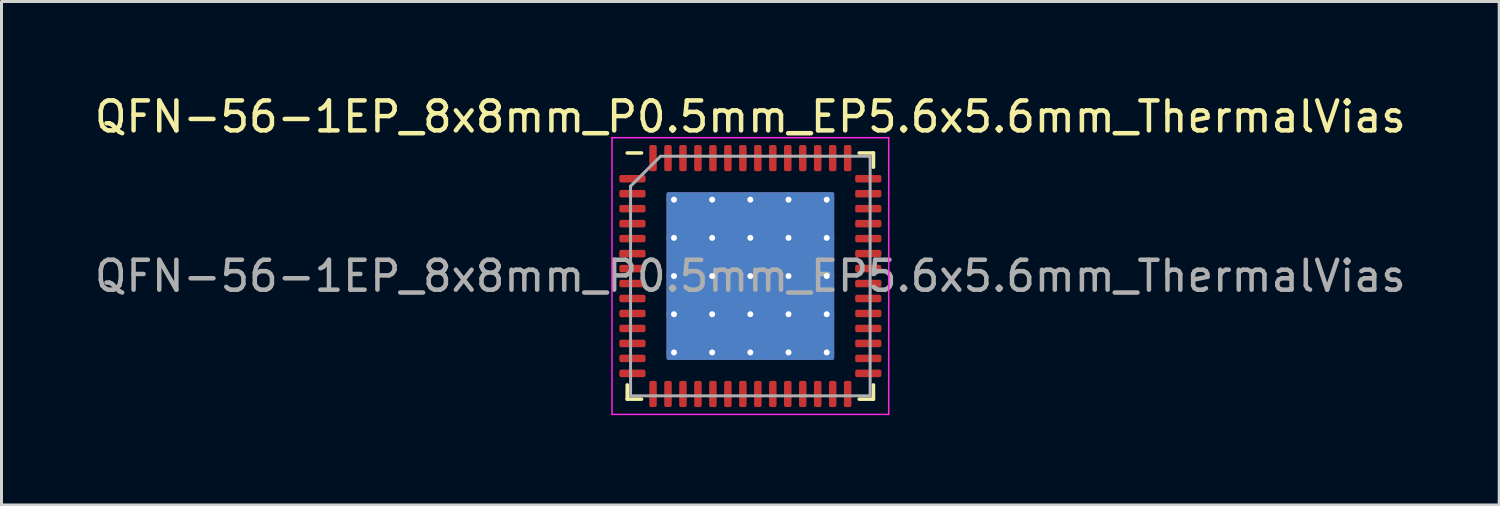
<source format=kicad_pcb>
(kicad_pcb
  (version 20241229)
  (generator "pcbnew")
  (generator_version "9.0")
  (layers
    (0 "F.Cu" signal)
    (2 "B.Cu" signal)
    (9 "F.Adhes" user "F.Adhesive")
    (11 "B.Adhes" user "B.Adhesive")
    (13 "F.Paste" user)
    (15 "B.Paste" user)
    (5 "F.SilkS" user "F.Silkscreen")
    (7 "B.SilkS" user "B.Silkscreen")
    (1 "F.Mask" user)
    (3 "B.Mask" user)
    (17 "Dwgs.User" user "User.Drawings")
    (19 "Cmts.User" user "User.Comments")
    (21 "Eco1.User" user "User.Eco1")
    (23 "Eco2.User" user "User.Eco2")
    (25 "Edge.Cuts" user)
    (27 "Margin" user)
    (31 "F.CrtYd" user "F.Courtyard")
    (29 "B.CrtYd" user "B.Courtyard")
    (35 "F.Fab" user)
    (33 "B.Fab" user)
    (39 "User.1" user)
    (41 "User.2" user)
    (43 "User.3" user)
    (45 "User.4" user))
  (footprint "QFN-56-1EP_8x8mm_P0.5mm_EP5.6x5.6mm_ThermalVias"
    (layer "F.Cu")
    (at 22.006 6.168)
    (property "Reference" "QFN-56-1EP_8x8mm_P0.5mm_EP5.6x5.6mm_ThermalVias" (at 0 -5.32 0) (layer "F.SilkS") (effects (font (size 1 1) (thickness 0.15))))
    (attr smd)
    (fp_line (start -4.11 4.11) (end -4.11 3.635) (stroke (width 0.12) (type solid)) (layer "F.SilkS"))
    (fp_line (start -3.635 -4.11) (end -4.11 -4.11) (stroke (width 0.12) (type solid)) (layer "F.SilkS"))
    (fp_line (start -3.635 4.11) (end -4.11 4.11) (stroke (width 0.12) (type solid)) (layer "F.SilkS"))
    (fp_line (start 3.635 -4.11) (end 4.11 -4.11) (stroke (width 0.12) (type solid)) (layer "F.SilkS"))
    (fp_line (start 3.635 4.11) (end 4.11 4.11) (stroke (width 0.12) (type solid)) (layer "F.SilkS"))
    (fp_line (start 4.11 -4.11) (end 4.11 -3.635) (stroke (width 0.12) (type solid)) (layer "F.SilkS"))
    (fp_line (start 4.11 4.11) (end 4.11 3.635) (stroke (width 0.12) (type solid)) (layer "F.SilkS"))
    (fp_line (start -4.62 -4.62) (end -4.62 4.62) (stroke (width 0.05) (type solid)) (layer "F.CrtYd"))
    (fp_line (start -4.62 4.62) (end 4.62 4.62) (stroke (width 0.05) (type solid)) (layer "F.CrtYd"))
    (fp_line (start 4.62 -4.62) (end -4.62 -4.62) (stroke (width 0.05) (type solid)) (layer "F.CrtYd"))
    (fp_line (start 4.62 4.62) (end 4.62 -4.62) (stroke (width 0.05) (type solid)) (layer "F.CrtYd"))
    (fp_line (start -4 -3) (end -3 -4) (stroke (width 0.1) (type solid)) (layer "F.Fab"))
    (fp_line (start -4 4) (end -4 -3) (stroke (width 0.1) (type solid)) (layer "F.Fab"))
    (fp_line (start -3 -4) (end 4 -4) (stroke (width 0.1) (type solid)) (layer "F.Fab"))
    (fp_line (start 4 -4) (end 4 4) (stroke (width 0.1) (type solid)) (layer "F.Fab"))
    (fp_line (start 4 4) (end -4 4) (stroke (width 0.1) (type solid)) (layer "F.Fab"))
    (fp_text user "${REFERENCE}" (at 0 0 0) (layer "F.Fab") (effects (font (size 1 1) (thickness 0.15))))
    (pad "" smd custom (at -1.913 -1.913) (size 1.019 1.019) (layers "F.Paste") (options (anchor circle)) (primitives (gr_poly (pts (xy -0.542 -0.45) (xy -0.45 -0.542) (xy 0.45 -0.542) (xy 0.542 -0.45) (xy 0.542 0.45) (xy 0.45 0.542) (xy -0.45 0.542) (xy -0.542 0.45)) (width 0) (fill yes))))
    (pad "" smd custom (at -1.913 -0.637) (size 1.019 1.019) (layers "F.Paste") (options (anchor circle)) (primitives (gr_poly (pts (xy -0.542 -0.45) (xy -0.45 -0.542) (xy 0.45 -0.542) (xy 0.542 -0.45) (xy 0.542 0.45) (xy 0.45 0.542) (xy -0.45 0.542) (xy -0.542 0.45)) (width 0) (fill yes))))
    (pad "" smd custom (at -1.913 0.637) (size 1.019 1.019) (layers "F.Paste") (options (anchor circle)) (primitives (gr_poly (pts (xy -0.542 -0.45) (xy -0.45 -0.542) (xy 0.45 -0.542) (xy 0.542 -0.45) (xy 0.542 0.45) (xy 0.45 0.542) (xy -0.45 0.542) (xy -0.542 0.45)) (width 0) (fill yes))))
    (pad "" smd custom (at -1.913 1.913) (size 1.019 1.019) (layers "F.Paste") (options (anchor circle)) (primitives (gr_poly (pts (xy -0.542 -0.45) (xy -0.45 -0.542) (xy 0.45 -0.542) (xy 0.542 -0.45) (xy 0.542 0.45) (xy 0.45 0.542) (xy -0.45 0.542) (xy -0.542 0.45)) (width 0) (fill yes))))
    (pad "" smd custom (at -0.637 -1.913) (size 1.019 1.019) (layers "F.Paste") (options (anchor circle)) (primitives (gr_poly (pts (xy -0.542 -0.45) (xy -0.45 -0.542) (xy 0.45 -0.542) (xy 0.542 -0.45) (xy 0.542 0.45) (xy 0.45 0.542) (xy -0.45 0.542) (xy -0.542 0.45)) (width 0) (fill yes))))
    (pad "" smd custom (at -0.637 -0.637) (size 1.019 1.019) (layers "F.Paste") (options (anchor circle)) (primitives (gr_poly (pts (xy -0.542 -0.45) (xy -0.45 -0.542) (xy 0.45 -0.542) (xy 0.542 -0.45) (xy 0.542 0.45) (xy 0.45 0.542) (xy -0.45 0.542) (xy -0.542 0.45)) (width 0) (fill yes))))
    (pad "" smd custom (at -0.637 0.637) (size 1.019 1.019) (layers "F.Paste") (options (anchor circle)) (primitives (gr_poly (pts (xy -0.542 -0.45) (xy -0.45 -0.542) (xy 0.45 -0.542) (xy 0.542 -0.45) (xy 0.542 0.45) (xy 0.45 0.542) (xy -0.45 0.542) (xy -0.542 0.45)) (width 0) (fill yes))))
    (pad "" smd custom (at -0.637 1.913) (size 1.019 1.019) (layers "F.Paste") (options (anchor circle)) (primitives (gr_poly (pts (xy -0.542 -0.45) (xy -0.45 -0.542) (xy 0.45 -0.542) (xy 0.542 -0.45) (xy 0.542 0.45) (xy 0.45 0.542) (xy -0.45 0.542) (xy -0.542 0.45)) (width 0) (fill yes))))
    (pad "" smd custom (at 0.637 -1.913) (size 1.019 1.019) (layers "F.Paste") (options (anchor circle)) (primitives (gr_poly (pts (xy -0.542 -0.45) (xy -0.45 -0.542) (xy 0.45 -0.542) (xy 0.542 -0.45) (xy 0.542 0.45) (xy 0.45 0.542) (xy -0.45 0.542) (xy -0.542 0.45)) (width 0) (fill yes))))
    (pad "" smd custom (at 0.637 -0.637) (size 1.019 1.019) (layers "F.Paste") (options (anchor circle)) (primitives (gr_poly (pts (xy -0.542 -0.45) (xy -0.45 -0.542) (xy 0.45 -0.542) (xy 0.542 -0.45) (xy 0.542 0.45) (xy 0.45 0.542) (xy -0.45 0.542) (xy -0.542 0.45)) (width 0) (fill yes))))
    (pad "" smd custom (at 0.637 0.637) (size 1.019 1.019) (layers "F.Paste") (options (anchor circle)) (primitives (gr_poly (pts (xy -0.542 -0.45) (xy -0.45 -0.542) (xy 0.45 -0.542) (xy 0.542 -0.45) (xy 0.542 0.45) (xy 0.45 0.542) (xy -0.45 0.542) (xy -0.542 0.45)) (width 0) (fill yes))))
    (pad "" smd custom (at 0.637 1.913) (size 1.019 1.019) (layers "F.Paste") (options (anchor circle)) (primitives (gr_poly (pts (xy -0.542 -0.45) (xy -0.45 -0.542) (xy 0.45 -0.542) (xy 0.542 -0.45) (xy 0.542 0.45) (xy 0.45 0.542) (xy -0.45 0.542) (xy -0.542 0.45)) (width 0) (fill yes))))
    (pad "" smd custom (at 1.913 -1.913) (size 1.019 1.019) (layers "F.Paste") (options (anchor circle)) (primitives (gr_poly (pts (xy -0.542 -0.45) (xy -0.45 -0.542) (xy 0.45 -0.542) (xy 0.542 -0.45) (xy 0.542 0.45) (xy 0.45 0.542) (xy -0.45 0.542) (xy -0.542 0.45)) (width 0) (fill yes))))
    (pad "" smd custom (at 1.913 -0.637) (size 1.019 1.019) (layers "F.Paste") (options (anchor circle)) (primitives (gr_poly (pts (xy -0.542 -0.45) (xy -0.45 -0.542) (xy 0.45 -0.542) (xy 0.542 -0.45) (xy 0.542 0.45) (xy 0.45 0.542) (xy -0.45 0.542) (xy -0.542 0.45)) (width 0) (fill yes))))
    (pad "" smd custom (at 1.913 0.637) (size 1.019 1.019) (layers "F.Paste") (options (anchor circle)) (primitives (gr_poly (pts (xy -0.542 -0.45) (xy -0.45 -0.542) (xy 0.45 -0.542) (xy 0.542 -0.45) (xy 0.542 0.45) (xy 0.45 0.542) (xy -0.45 0.542) (xy -0.542 0.45)) (width 0) (fill yes))))
    (pad "" smd custom (at 1.913 1.913) (size 1.019 1.019) (layers "F.Paste") (options (anchor circle)) (primitives (gr_poly (pts (xy -0.542 -0.45) (xy -0.45 -0.542) (xy 0.45 -0.542) (xy 0.542 -0.45) (xy 0.542 0.45) (xy 0.45 0.542) (xy -0.45 0.542) (xy -0.542 0.45)) (width 0) (fill yes))))
    (pad "1" smd roundrect (at -3.938 -3.25) (size 0.875 0.25) (layers "F.Cu" "F.Mask" "F.Paste") (roundrect_rratio 0.25))
    (pad "2" smd roundrect (at -3.938 -2.75) (size 0.875 0.25) (layers "F.Cu" "F.Mask" "F.Paste") (roundrect_rratio 0.25))
    (pad "3" smd roundrect (at -3.938 -2.25) (size 0.875 0.25) (layers "F.Cu" "F.Mask" "F.Paste") (roundrect_rratio 0.25))
    (pad "4" smd roundrect (at -3.938 -1.75) (size 0.875 0.25) (layers "F.Cu" "F.Mask" "F.Paste") (roundrect_rratio 0.25))
    (pad "5" smd roundrect (at -3.938 -1.25) (size 0.875 0.25) (layers "F.Cu" "F.Mask" "F.Paste") (roundrect_rratio 0.25))
    (pad "6" smd roundrect (at -3.938 -0.75) (size 0.875 0.25) (layers "F.Cu" "F.Mask" "F.Paste") (roundrect_rratio 0.25))
    (pad "7" smd roundrect (at -3.938 -0.25) (size 0.875 0.25) (layers "F.Cu" "F.Mask" "F.Paste") (roundrect_rratio 0.25))
    (pad "8" smd roundrect (at -3.938 0.25) (size 0.875 0.25) (layers "F.Cu" "F.Mask" "F.Paste") (roundrect_rratio 0.25))
    (pad "9" smd roundrect (at -3.938 0.75) (size 0.875 0.25) (layers "F.Cu" "F.Mask" "F.Paste") (roundrect_rratio 0.25))
    (pad "10" smd roundrect (at -3.938 1.25) (size 0.875 0.25) (layers "F.Cu" "F.Mask" "F.Paste") (roundrect_rratio 0.25))
    (pad "11" smd roundrect (at -3.938 1.75) (size 0.875 0.25) (layers "F.Cu" "F.Mask" "F.Paste") (roundrect_rratio 0.25))
    (pad "12" smd roundrect (at -3.938 2.25) (size 0.875 0.25) (layers "F.Cu" "F.Mask" "F.Paste") (roundrect_rratio 0.25))
    (pad "13" smd roundrect (at -3.938 2.75) (size 0.875 0.25) (layers "F.Cu" "F.Mask" "F.Paste") (roundrect_rratio 0.25))
    (pad "14" smd roundrect (at -3.938 3.25) (size 0.875 0.25) (layers "F.Cu" "F.Mask" "F.Paste") (roundrect_rratio 0.25))
    (pad "15" smd roundrect (at -3.25 3.938) (size 0.25 0.875) (layers "F.Cu" "F.Mask" "F.Paste") (roundrect_rratio 0.25))
    (pad "16" smd roundrect (at -2.75 3.938) (size 0.25 0.875) (layers "F.Cu" "F.Mask" "F.Paste") (roundrect_rratio 0.25))
    (pad "17" smd roundrect (at -2.25 3.938) (size 0.25 0.875) (layers "F.Cu" "F.Mask" "F.Paste") (roundrect_rratio 0.25))
    (pad "18" smd roundrect (at -1.75 3.938) (size 0.25 0.875) (layers "F.Cu" "F.Mask" "F.Paste") (roundrect_rratio 0.25))
    (pad "19" smd roundrect (at -1.25 3.938) (size 0.25 0.875) (layers "F.Cu" "F.Mask" "F.Paste") (roundrect_rratio 0.25))
    (pad "20" smd roundrect (at -0.75 3.938) (size 0.25 0.875) (layers "F.Cu" "F.Mask" "F.Paste") (roundrect_rratio 0.25))
    (pad "21" smd roundrect (at -0.25 3.938) (size 0.25 0.875) (layers "F.Cu" "F.Mask" "F.Paste") (roundrect_rratio 0.25))
    (pad "22" smd roundrect (at 0.25 3.938) (size 0.25 0.875) (layers "F.Cu" "F.Mask" "F.Paste") (roundrect_rratio 0.25))
    (pad "23" smd roundrect (at 0.75 3.938) (size 0.25 0.875) (layers "F.Cu" "F.Mask" "F.Paste") (roundrect_rratio 0.25))
    (pad "24" smd roundrect (at 1.25 3.938) (size 0.25 0.875) (layers "F.Cu" "F.Mask" "F.Paste") (roundrect_rratio 0.25))
    (pad "25" smd roundrect (at 1.75 3.938) (size 0.25 0.875) (layers "F.Cu" "F.Mask" "F.Paste") (roundrect_rratio 0.25))
    (pad "26" smd roundrect (at 2.25 3.938) (size 0.25 0.875) (layers "F.Cu" "F.Mask" "F.Paste") (roundrect_rratio 0.25))
    (pad "27" smd roundrect (at 2.75 3.938) (size 0.25 0.875) (layers "F.Cu" "F.Mask" "F.Paste") (roundrect_rratio 0.25))
    (pad "28" smd roundrect (at 3.25 3.938) (size 0.25 0.875) (layers "F.Cu" "F.Mask" "F.Paste") (roundrect_rratio 0.25))
    (pad "29" smd roundrect (at 3.938 3.25) (size 0.875 0.25) (layers "F.Cu" "F.Mask" "F.Paste") (roundrect_rratio 0.25))
    (pad "30" smd roundrect (at 3.938 2.75) (size 0.875 0.25) (layers "F.Cu" "F.Mask" "F.Paste") (roundrect_rratio 0.25))
    (pad "31" smd roundrect (at 3.938 2.25) (size 0.875 0.25) (layers "F.Cu" "F.Mask" "F.Paste") (roundrect_rratio 0.25))
    (pad "32" smd roundrect (at 3.938 1.75) (size 0.875 0.25) (layers "F.Cu" "F.Mask" "F.Paste") (roundrect_rratio 0.25))
    (pad "33" smd roundrect (at 3.938 1.25) (size 0.875 0.25) (layers "F.Cu" "F.Mask" "F.Paste") (roundrect_rratio 0.25))
    (pad "34" smd roundrect (at 3.938 0.75) (size 0.875 0.25) (layers "F.Cu" "F.Mask" "F.Paste") (roundrect_rratio 0.25))
    (pad "35" smd roundrect (at 3.938 0.25) (size 0.875 0.25) (layers "F.Cu" "F.Mask" "F.Paste") (roundrect_rratio 0.25))
    (pad "36" smd roundrect (at 3.938 -0.25) (size 0.875 0.25) (layers "F.Cu" "F.Mask" "F.Paste") (roundrect_rratio 0.25))
    (pad "37" smd roundrect (at 3.938 -0.75) (size 0.875 0.25) (layers "F.Cu" "F.Mask" "F.Paste") (roundrect_rratio 0.25))
    (pad "38" smd roundrect (at 3.938 -1.25) (size 0.875 0.25) (layers "F.Cu" "F.Mask" "F.Paste") (roundrect_rratio 0.25))
    (pad "39" smd roundrect (at 3.938 -1.75) (size 0.875 0.25) (layers "F.Cu" "F.Mask" "F.Paste") (roundrect_rratio 0.25))
    (pad "40" smd roundrect (at 3.938 -2.25) (size 0.875 0.25) (layers "F.Cu" "F.Mask" "F.Paste") (roundrect_rratio 0.25))
    (pad "41" smd roundrect (at 3.938 -2.75) (size 0.875 0.25) (layers "F.Cu" "F.Mask" "F.Paste") (roundrect_rratio 0.25))
    (pad "42" smd roundrect (at 3.938 -3.25) (size 0.875 0.25) (layers "F.Cu" "F.Mask" "F.Paste") (roundrect_rratio 0.25))
    (pad "43" smd roundrect (at 3.25 -3.938) (size 0.25 0.875) (layers "F.Cu" "F.Mask" "F.Paste") (roundrect_rratio 0.25))
    (pad "44" smd roundrect (at 2.75 -3.938) (size 0.25 0.875) (layers "F.Cu" "F.Mask" "F.Paste") (roundrect_rratio 0.25))
    (pad "45" smd roundrect (at 2.25 -3.938) (size 0.25 0.875) (layers "F.Cu" "F.Mask" "F.Paste") (roundrect_rratio 0.25))
    (pad "46" smd roundrect (at 1.75 -3.938) (size 0.25 0.875) (layers "F.Cu" "F.Mask" "F.Paste") (roundrect_rratio 0.25))
    (pad "47" smd roundrect (at 1.25 -3.938) (size 0.25 0.875) (layers "F.Cu" "F.Mask" "F.Paste") (roundrect_rratio 0.25))
    (pad "48" smd roundrect (at 0.75 -3.938) (size 0.25 0.875) (layers "F.Cu" "F.Mask" "F.Paste") (roundrect_rratio 0.25))
    (pad "49" smd roundrect (at 0.25 -3.938) (size 0.25 0.875) (layers "F.Cu" "F.Mask" "F.Paste") (roundrect_rratio 0.25))
    (pad "50" smd roundrect (at -0.25 -3.938) (size 0.25 0.875) (layers "F.Cu" "F.Mask" "F.Paste") (roundrect_rratio 0.25))
    (pad "51" smd roundrect (at -0.75 -3.938) (size 0.25 0.875) (layers "F.Cu" "F.Mask" "F.Paste") (roundrect_rratio 0.25))
    (pad "52" smd roundrect (at -1.25 -3.938) (size 0.25 0.875) (layers "F.Cu" "F.Mask" "F.Paste") (roundrect_rratio 0.25))
    (pad "53" smd roundrect (at -1.75 -3.938) (size 0.25 0.875) (layers "F.Cu" "F.Mask" "F.Paste") (roundrect_rratio 0.25))
    (pad "54" smd roundrect (at -2.25 -3.938) (size 0.25 0.875) (layers "F.Cu" "F.Mask" "F.Paste") (roundrect_rratio 0.25))
    (pad "55" smd roundrect (at -2.75 -3.938) (size 0.25 0.875) (layers "F.Cu" "F.Mask" "F.Paste") (roundrect_rratio 0.25))
    (pad "56" smd roundrect (at -3.25 -3.938) (size 0.25 0.875) (layers "F.Cu" "F.Mask" "F.Paste") (roundrect_rratio 0.25))
    (pad "57" thru_hole circle (at -2.55 -2.55) (size 0.5 0.5) (drill 0.2) (layers "*.Cu"))
    (pad "57" thru_hole circle (at -2.55 -1.275) (size 0.5 0.5) (drill 0.2) (layers "*.Cu"))
    (pad "57" thru_hole circle (at -2.55 0) (size 0.5 0.5) (drill 0.2) (layers "*.Cu"))
    (pad "57" thru_hole circle (at -2.55 1.275) (size 0.5 0.5) (drill 0.2) (layers "*.Cu"))
    (pad "57" thru_hole circle (at -2.55 2.55) (size 0.5 0.5) (drill 0.2) (layers "*.Cu"))
    (pad "57" thru_hole circle (at -1.275 -2.55) (size 0.5 0.5) (drill 0.2) (layers "*.Cu"))
    (pad "57" thru_hole circle (at -1.275 -1.275) (size 0.5 0.5) (drill 0.2) (layers "*.Cu"))
    (pad "57" thru_hole circle (at -1.275 0) (size 0.5 0.5) (drill 0.2) (layers "*.Cu"))
    (pad "57" thru_hole circle (at -1.275 1.275) (size 0.5 0.5) (drill 0.2) (layers "*.Cu"))
    (pad "57" thru_hole circle (at -1.275 2.55) (size 0.5 0.5) (drill 0.2) (layers "*.Cu"))
    (pad "57" thru_hole circle (at 0 -2.55) (size 0.5 0.5) (drill 0.2) (layers "*.Cu"))
    (pad "57" thru_hole circle (at 0 -1.275) (size 0.5 0.5) (drill 0.2) (layers "*.Cu"))
    (pad "57" thru_hole circle (at 0 0) (size 0.5 0.5) (drill 0.2) (layers "*.Cu"))
    (pad "57" smd roundrect (at 0 0) (size 5.6 5.6) (layers "F.Cu" "F.Mask") (roundrect_rratio 0.011))
    (pad "57" smd roundrect (at 0 0) (size 5.6 5.6) (layers "B.Cu") (roundrect_rratio 0.011))
    (pad "57" thru_hole circle (at 0 1.275) (size 0.5 0.5) (drill 0.2) (layers "*.Cu"))
    (pad "57" thru_hole circle (at 0 2.55) (size 0.5 0.5) (drill 0.2) (layers "*.Cu"))
    (pad "57" thru_hole circle (at 1.275 -2.55) (size 0.5 0.5) (drill 0.2) (layers "*.Cu"))
    (pad "57" thru_hole circle (at 1.275 -1.275) (size 0.5 0.5) (drill 0.2) (layers "*.Cu"))
    (pad "57" thru_hole circle (at 1.275 0) (size 0.5 0.5) (drill 0.2) (layers "*.Cu"))
    (pad "57" thru_hole circle (at 1.275 1.275) (size 0.5 0.5) (drill 0.2) (layers "*.Cu"))
    (pad "57" thru_hole circle (at 1.275 2.55) (size 0.5 0.5) (drill 0.2) (layers "*.Cu"))
    (pad "57" thru_hole circle (at 2.55 -2.55) (size 0.5 0.5) (drill 0.2) (layers "*.Cu"))
    (pad "57" thru_hole circle (at 2.55 -1.275) (size 0.5 0.5) (drill 0.2) (layers "*.Cu"))
    (pad "57" thru_hole circle (at 2.55 0) (size 0.5 0.5) (drill 0.2) (layers "*.Cu"))
    (pad "57" thru_hole circle (at 2.55 1.275) (size 0.5 0.5) (drill 0.2) (layers "*.Cu"))
    (pad "57" thru_hole circle (at 2.55 2.55) (size 0.5 0.5) (drill 0.2) (layers "*.Cu")))
  (gr_rect
    (start -3 -3)
    (end 47.012 13.813)
    (stroke (width 0.1) (type default))
    (fill no)
    (layer "Edge.Cuts")))
</source>
